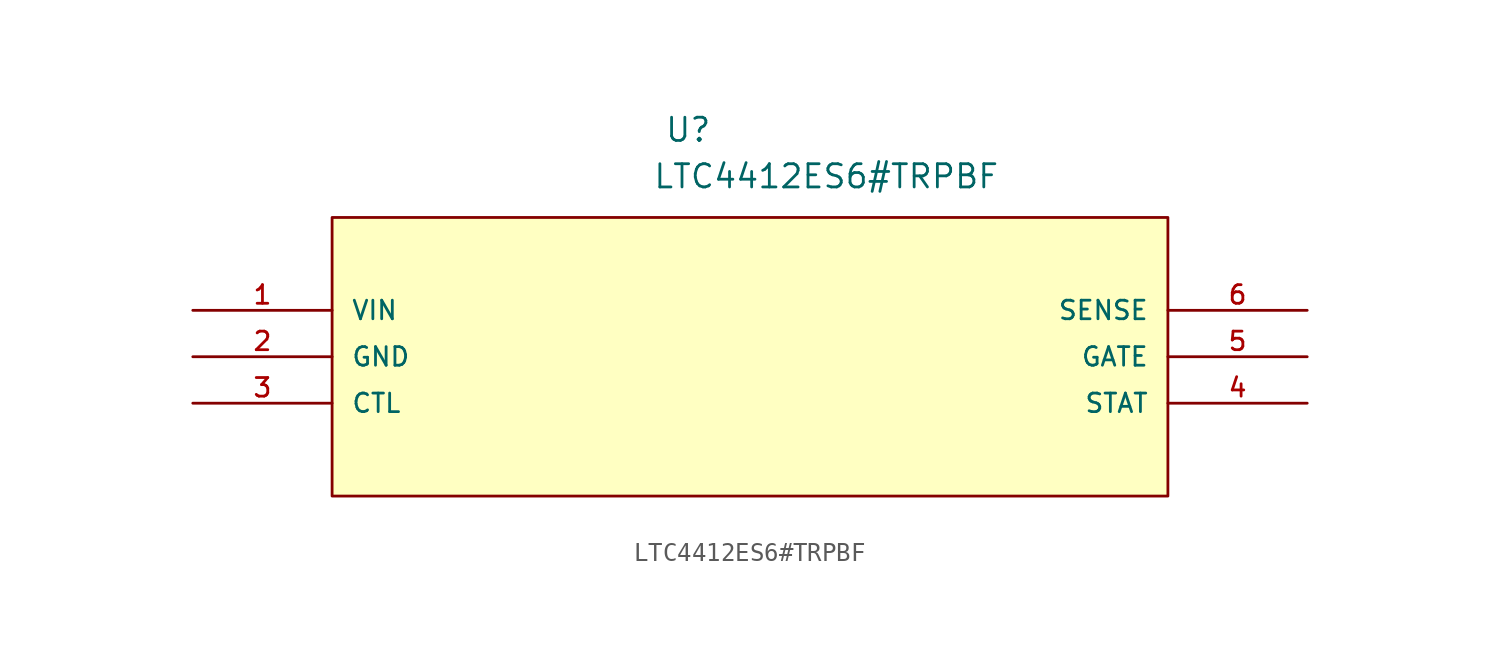
<source format=kicad_sym>
(kicad_symbol_lib
  (version 20211014)
  (generator kicad_symbol_editor)
  (symbol "LTC4412ES6#TRPBF"
    (pin_names
      (offset 1.016))
    (property "Reference" "U"
      (at 25.788 9.13 0.0)
      (effects (font (size 1.27 1.27)) (justify bottom left)))
    (property "Value" "LTC4412ES6#TRPBF"
      (at 25.148 6.586 0.0)
      (effects (font (size 1.27 1.27)) (justify bottom left)))
    (symbol "LTC4412ES6#TRPBF_0_0"
      (rectangle (start 7.62 -10.16) (end 53.34 5.08) (stroke (width 0.152)) (fill (type background)))
      (pin input line (at 0.0 0.0 0) (length 7.62) (name "VIN" (effects (font (size 1.016 1.016)))) (number "1" (effects (font (size 1.016 1.016)))))
      (pin power_in line (at 0.0 -2.54 0) (length 7.62) (name "GND" (effects (font (size 1.016 1.016)))) (number "2" (effects (font (size 1.016 1.016)))))
      (pin input line (at 0.0 -5.08 0) (length 7.62) (name "CTL" (effects (font (size 1.016 1.016)))) (number "3" (effects (font (size 1.016 1.016)))))
      (pin output line (at 60.96 -5.08 180.0) (length 7.62) (name "STAT" (effects (font (size 1.016 1.016)))) (number "4" (effects (font (size 1.016 1.016)))))
      (pin passive line (at 60.96 -2.54 180.0) (length 7.62) (name "GATE" (effects (font (size 1.016 1.016)))) (number "5" (effects (font (size 1.016 1.016)))))
      (pin input line (at 60.96 0.0 180.0) (length 7.62) (name "SENSE" (effects (font (size 1.016 1.016)))) (number "6" (effects (font (size 1.016 1.016))))))))
</source>
